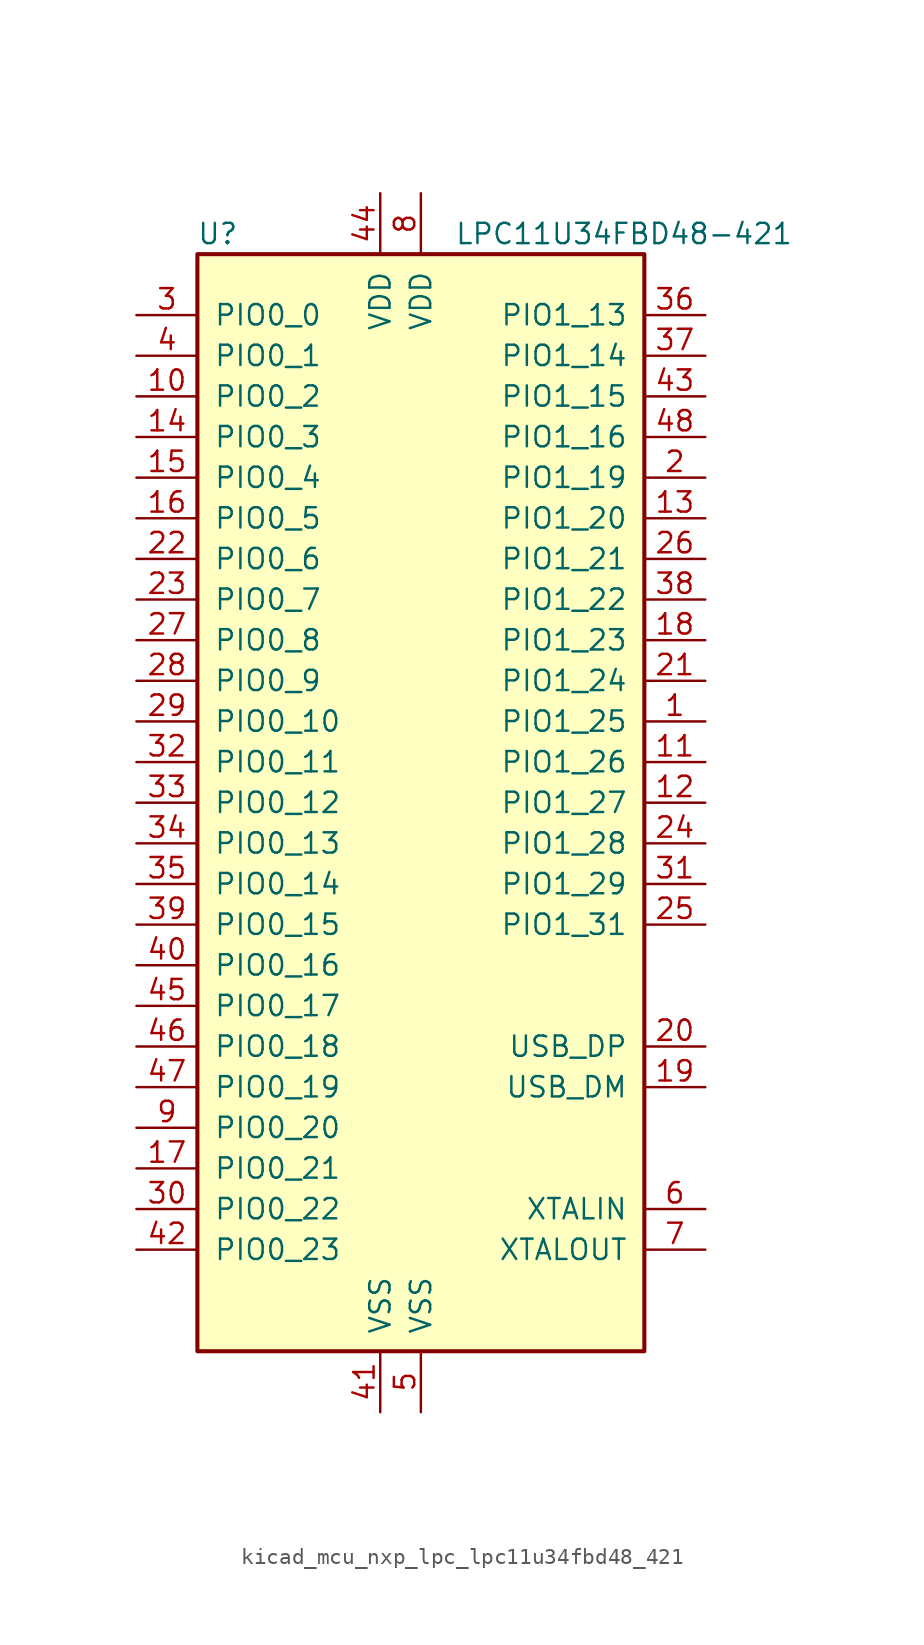
<source format=kicad_sym>
(kicad_symbol_lib
  (version 20220914)
  (generator kicad_symbol_editor)
  (symbol "kicad_mcu_nxp_lpc_lpc11u34fbd48_421"
    (pin_names
      (offset 1.016))
    (property "Reference" "U"
      (at -12.7 35.56 0)
      (effects (font (size 1.27 1.27))))
    (property "Value" "LPC11U34FBD48-421"
      (at 12.7 35.56 0)
      (effects (font (size 1.27 1.27))))
    (symbol "kicad_mcu_nxp_lpc_lpc11u34fbd48_421_0_1"
      (rectangle (start -13.97 34.29) (end 13.97 -34.29) (stroke (width 0.254) (type default)) (fill (type background))))
    (symbol "kicad_mcu_nxp_lpc_lpc11u34fbd48_421_1_1"
      (pin bidirectional line (at 17.78 5.08 180) (length 3.81) (name "PIO1_25" (effects (font (size 1.27 1.27)))) (number "1" (effects (font (size 1.27 1.27)))))
      (pin bidirectional line (at -17.78 25.4 0) (length 3.81) (name "PIO0_2" (effects (font (size 1.27 1.27)))) (number "10" (effects (font (size 1.27 1.27)))))
      (pin bidirectional line (at 17.78 2.54 180) (length 3.81) (name "PIO1_26" (effects (font (size 1.27 1.27)))) (number "11" (effects (font (size 1.27 1.27)))))
      (pin bidirectional line (at 17.78 0 180) (length 3.81) (name "PIO1_27" (effects (font (size 1.27 1.27)))) (number "12" (effects (font (size 1.27 1.27)))))
      (pin bidirectional line (at 17.78 17.78 180) (length 3.81) (name "PIO1_20" (effects (font (size 1.27 1.27)))) (number "13" (effects (font (size 1.27 1.27)))))
      (pin bidirectional line (at -17.78 22.86 0) (length 3.81) (name "PIO0_3" (effects (font (size 1.27 1.27)))) (number "14" (effects (font (size 1.27 1.27)))))
      (pin bidirectional line (at -17.78 20.32 0) (length 3.81) (name "PIO0_4" (effects (font (size 1.27 1.27)))) (number "15" (effects (font (size 1.27 1.27)))))
      (pin bidirectional line (at -17.78 17.78 0) (length 3.81) (name "PIO0_5" (effects (font (size 1.27 1.27)))) (number "16" (effects (font (size 1.27 1.27)))))
      (pin bidirectional line (at -17.78 -22.86 0) (length 3.81) (name "PIO0_21" (effects (font (size 1.27 1.27)))) (number "17" (effects (font (size 1.27 1.27)))))
      (pin bidirectional line (at 17.78 10.16 180) (length 3.81) (name "PIO1_23" (effects (font (size 1.27 1.27)))) (number "18" (effects (font (size 1.27 1.27)))))
      (pin bidirectional line (at 17.78 -17.78 180) (length 3.81) (name "USB_DM" (effects (font (size 1.27 1.27)))) (number "19" (effects (font (size 1.27 1.27)))))
      (pin bidirectional line (at 17.78 20.32 180) (length 3.81) (name "PIO1_19" (effects (font (size 1.27 1.27)))) (number "2" (effects (font (size 1.27 1.27)))))
      (pin bidirectional line (at 17.78 -15.24 180) (length 3.81) (name "USB_DP" (effects (font (size 1.27 1.27)))) (number "20" (effects (font (size 1.27 1.27)))))
      (pin bidirectional line (at 17.78 7.62 180) (length 3.81) (name "PIO1_24" (effects (font (size 1.27 1.27)))) (number "21" (effects (font (size 1.27 1.27)))))
      (pin bidirectional line (at -17.78 15.24 0) (length 3.81) (name "PIO0_6" (effects (font (size 1.27 1.27)))) (number "22" (effects (font (size 1.27 1.27)))))
      (pin bidirectional line (at -17.78 12.7 0) (length 3.81) (name "PIO0_7" (effects (font (size 1.27 1.27)))) (number "23" (effects (font (size 1.27 1.27)))))
      (pin bidirectional line (at 17.78 -2.54 180) (length 3.81) (name "PIO1_28" (effects (font (size 1.27 1.27)))) (number "24" (effects (font (size 1.27 1.27)))))
      (pin bidirectional line (at 17.78 -7.62 180) (length 3.81) (name "PIO1_31" (effects (font (size 1.27 1.27)))) (number "25" (effects (font (size 1.27 1.27)))))
      (pin bidirectional line (at 17.78 15.24 180) (length 3.81) (name "PIO1_21" (effects (font (size 1.27 1.27)))) (number "26" (effects (font (size 1.27 1.27)))))
      (pin bidirectional line (at -17.78 10.16 0) (length 3.81) (name "PIO0_8" (effects (font (size 1.27 1.27)))) (number "27" (effects (font (size 1.27 1.27)))))
      (pin bidirectional line (at -17.78 7.62 0) (length 3.81) (name "PIO0_9" (effects (font (size 1.27 1.27)))) (number "28" (effects (font (size 1.27 1.27)))))
      (pin bidirectional line (at -17.78 5.08 0) (length 3.81) (name "PIO0_10" (effects (font (size 1.27 1.27)))) (number "29" (effects (font (size 1.27 1.27)))))
      (pin bidirectional line (at -17.78 30.48 0) (length 3.81) (name "PIO0_0" (effects (font (size 1.27 1.27)))) (number "3" (effects (font (size 1.27 1.27)))))
      (pin bidirectional line (at -17.78 -25.4 0) (length 3.81) (name "PIO0_22" (effects (font (size 1.27 1.27)))) (number "30" (effects (font (size 1.27 1.27)))))
      (pin bidirectional line (at 17.78 -5.08 180) (length 3.81) (name "PIO1_29" (effects (font (size 1.27 1.27)))) (number "31" (effects (font (size 1.27 1.27)))))
      (pin bidirectional line (at -17.78 2.54 0) (length 3.81) (name "PIO0_11" (effects (font (size 1.27 1.27)))) (number "32" (effects (font (size 1.27 1.27)))))
      (pin bidirectional line (at -17.78 0 0) (length 3.81) (name "PIO0_12" (effects (font (size 1.27 1.27)))) (number "33" (effects (font (size 1.27 1.27)))))
      (pin bidirectional line (at -17.78 -2.54 0) (length 3.81) (name "PIO0_13" (effects (font (size 1.27 1.27)))) (number "34" (effects (font (size 1.27 1.27)))))
      (pin bidirectional line (at -17.78 -5.08 0) (length 3.81) (name "PIO0_14" (effects (font (size 1.27 1.27)))) (number "35" (effects (font (size 1.27 1.27)))))
      (pin bidirectional line (at 17.78 30.48 180) (length 3.81) (name "PIO1_13" (effects (font (size 1.27 1.27)))) (number "36" (effects (font (size 1.27 1.27)))))
      (pin bidirectional line (at 17.78 27.94 180) (length 3.81) (name "PIO1_14" (effects (font (size 1.27 1.27)))) (number "37" (effects (font (size 1.27 1.27)))))
      (pin bidirectional line (at 17.78 12.7 180) (length 3.81) (name "PIO1_22" (effects (font (size 1.27 1.27)))) (number "38" (effects (font (size 1.27 1.27)))))
      (pin bidirectional line (at -17.78 -7.62 0) (length 3.81) (name "PIO0_15" (effects (font (size 1.27 1.27)))) (number "39" (effects (font (size 1.27 1.27)))))
      (pin bidirectional line (at -17.78 27.94 0) (length 3.81) (name "PIO0_1" (effects (font (size 1.27 1.27)))) (number "4" (effects (font (size 1.27 1.27)))))
      (pin bidirectional line (at -17.78 -10.16 0) (length 3.81) (name "PIO0_16" (effects (font (size 1.27 1.27)))) (number "40" (effects (font (size 1.27 1.27)))))
      (pin power_in line (at -2.54 -38.1 90) (length 3.81) (name "VSS" (effects (font (size 1.27 1.27)))) (number "41" (effects (font (size 1.27 1.27)))))
      (pin bidirectional line (at -17.78 -27.94 0) (length 3.81) (name "PIO0_23" (effects (font (size 1.27 1.27)))) (number "42" (effects (font (size 1.27 1.27)))))
      (pin bidirectional line (at 17.78 25.4 180) (length 3.81) (name "PIO1_15" (effects (font (size 1.27 1.27)))) (number "43" (effects (font (size 1.27 1.27)))))
      (pin power_in line (at -2.54 38.1 270) (length 3.81) (name "VDD" (effects (font (size 1.27 1.27)))) (number "44" (effects (font (size 1.27 1.27)))))
      (pin bidirectional line (at -17.78 -12.7 0) (length 3.81) (name "PIO0_17" (effects (font (size 1.27 1.27)))) (number "45" (effects (font (size 1.27 1.27)))))
      (pin bidirectional line (at -17.78 -15.24 0) (length 3.81) (name "PIO0_18" (effects (font (size 1.27 1.27)))) (number "46" (effects (font (size 1.27 1.27)))))
      (pin bidirectional line (at -17.78 -17.78 0) (length 3.81) (name "PIO0_19" (effects (font (size 1.27 1.27)))) (number "47" (effects (font (size 1.27 1.27)))))
      (pin bidirectional line (at 17.78 22.86 180) (length 3.81) (name "PIO1_16" (effects (font (size 1.27 1.27)))) (number "48" (effects (font (size 1.27 1.27)))))
      (pin power_in line (at 0 -38.1 90) (length 3.81) (name "VSS" (effects (font (size 1.27 1.27)))) (number "5" (effects (font (size 1.27 1.27)))))
      (pin input line (at 17.78 -25.4 180) (length 3.81) (name "XTALIN" (effects (font (size 1.27 1.27)))) (number "6" (effects (font (size 1.27 1.27)))))
      (pin output line (at 17.78 -27.94 180) (length 3.81) (name "XTALOUT" (effects (font (size 1.27 1.27)))) (number "7" (effects (font (size 1.27 1.27)))))
      (pin power_in line (at 0 38.1 270) (length 3.81) (name "VDD" (effects (font (size 1.27 1.27)))) (number "8" (effects (font (size 1.27 1.27)))))
      (pin bidirectional line (at -17.78 -20.32 0) (length 3.81) (name "PIO0_20" (effects (font (size 1.27 1.27)))) (number "9" (effects (font (size 1.27 1.27))))))))
</source>
